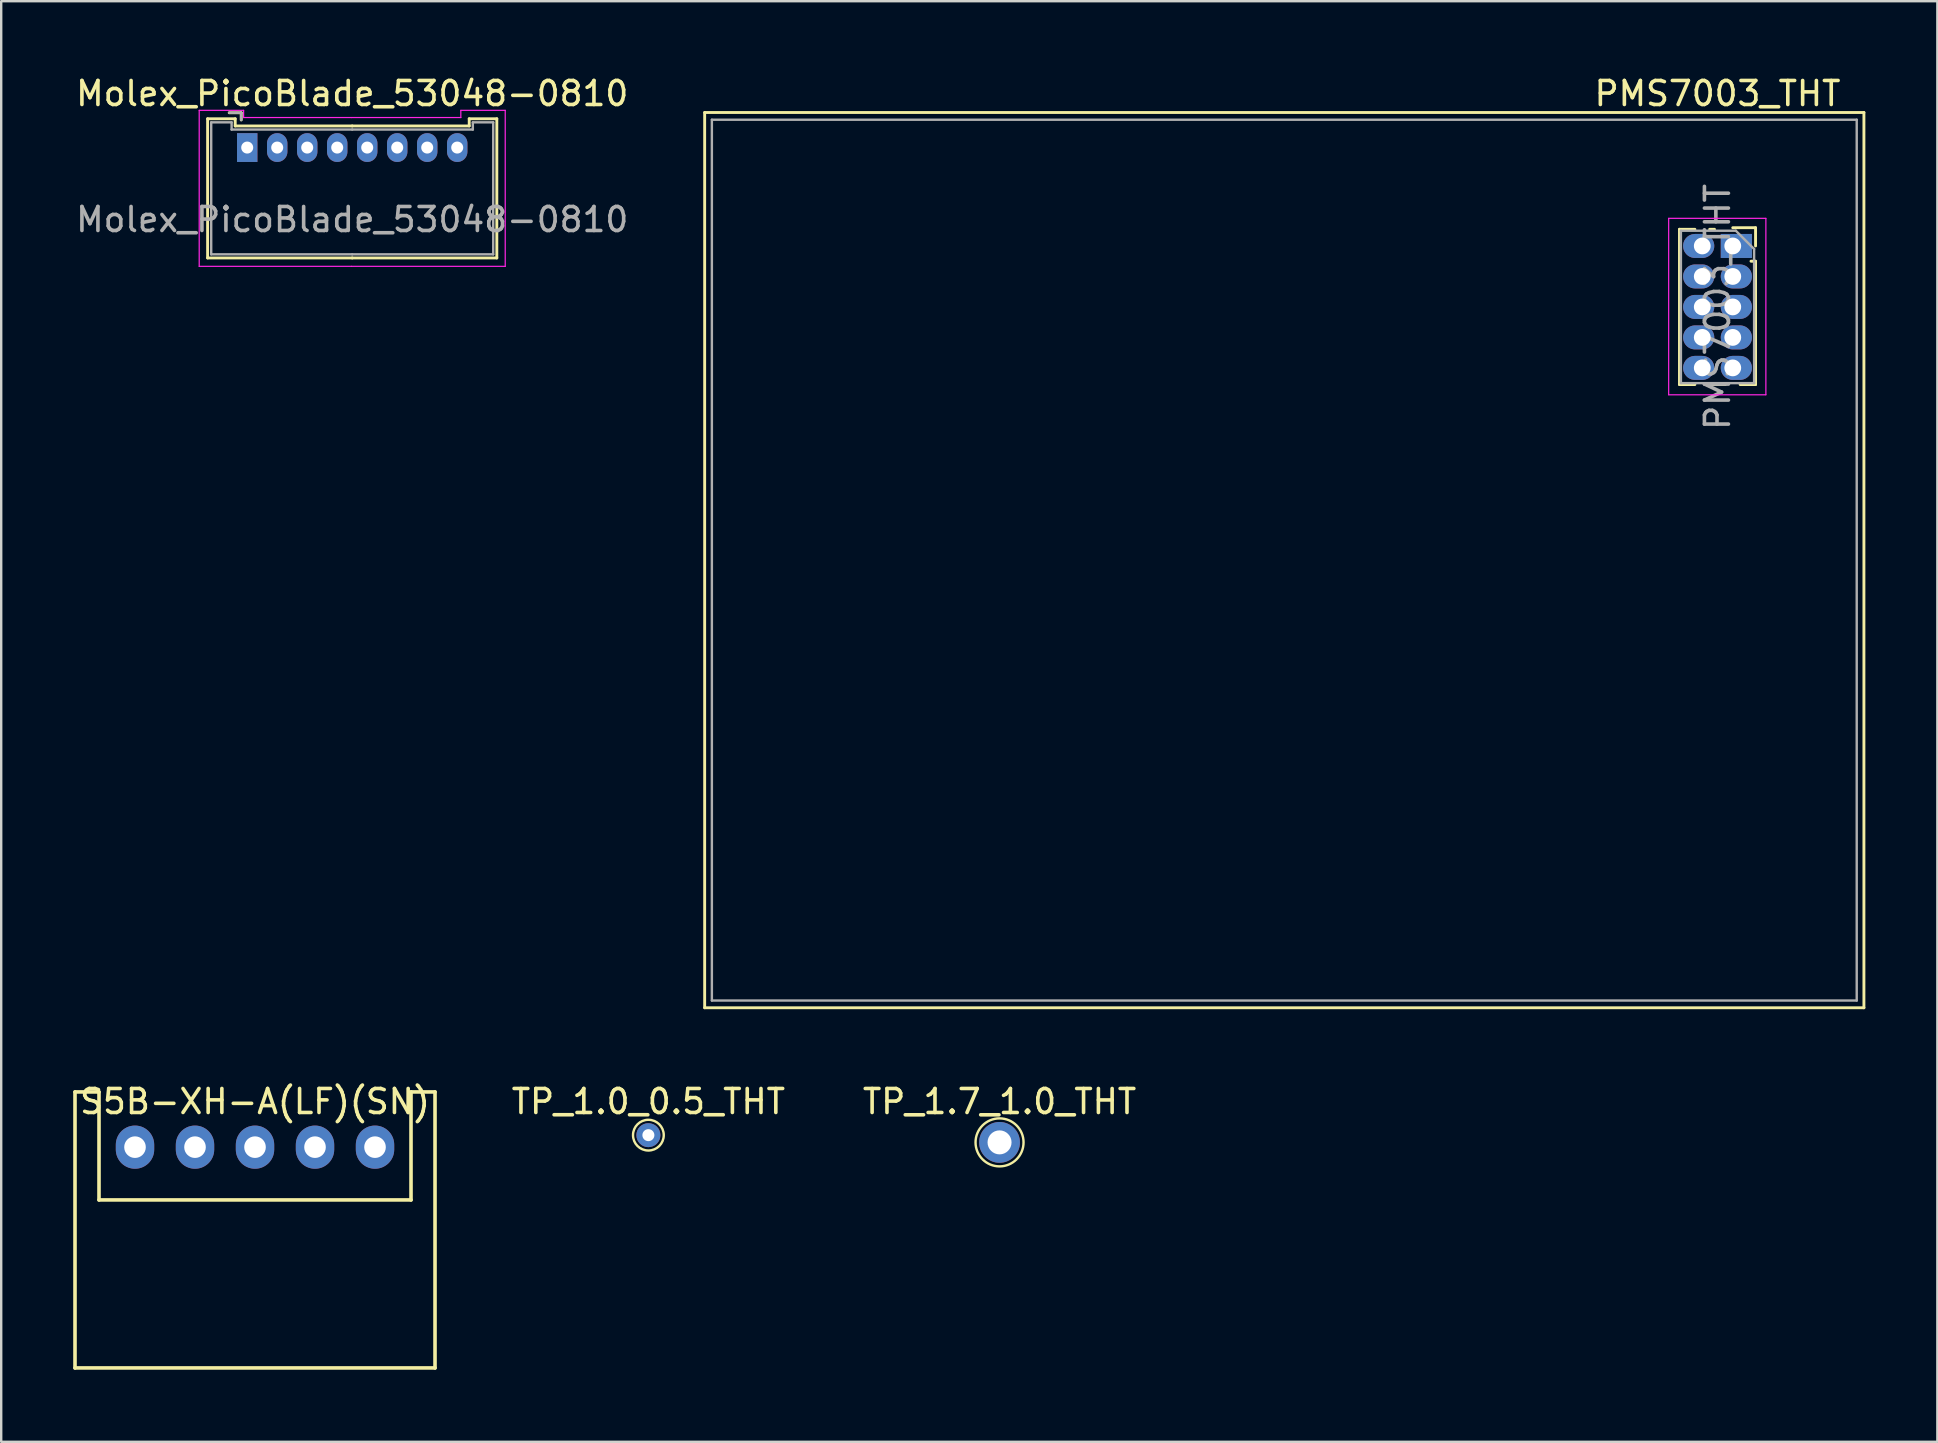
<source format=kicad_pcb>
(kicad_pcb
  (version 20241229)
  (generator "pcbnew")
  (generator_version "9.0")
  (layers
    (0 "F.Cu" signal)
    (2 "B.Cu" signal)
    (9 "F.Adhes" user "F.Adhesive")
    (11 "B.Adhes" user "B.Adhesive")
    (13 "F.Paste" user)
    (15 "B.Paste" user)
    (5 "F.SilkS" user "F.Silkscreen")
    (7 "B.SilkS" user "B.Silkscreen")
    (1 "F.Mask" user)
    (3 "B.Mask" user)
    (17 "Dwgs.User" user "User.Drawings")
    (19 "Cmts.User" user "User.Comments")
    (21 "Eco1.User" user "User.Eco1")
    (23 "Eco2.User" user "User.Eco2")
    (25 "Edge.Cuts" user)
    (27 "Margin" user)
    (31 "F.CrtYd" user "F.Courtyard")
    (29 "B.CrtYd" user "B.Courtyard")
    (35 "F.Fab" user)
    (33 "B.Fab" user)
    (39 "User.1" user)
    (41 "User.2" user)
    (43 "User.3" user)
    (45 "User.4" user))
  (footprint "TP_1.0_0.5_THT"
    (layer "F.Cu")
    (at 23.965 44.246)
    (property "Reference" "TP_1.0_0.5_THT" (at 0 -1.4 0) (layer "F.SilkS") (effects (font (size 1 1) (thickness 0.15))))
    (attr through_hole)
    (fp_circle (center 0 0) (end 0.5 -0.4) (stroke (width 0.1) (type solid)) (fill no) (layer "F.SilkS"))
    (pad "1" thru_hole circle (at 0 0) (size 1 1) (drill 0.5) (layers "*.Cu" "*.Mask")))
  (footprint "S5B-XH-A(LF)(SN)"
    (layer "F.Cu")
    (at 7.575 44.746)
    (property "Reference" "S5B-XH-A(LF)(SN)" (at 0 -1.9 0) (layer "F.SilkS") (effects (font (size 1 1) (thickness 0.15))))
    (attr through_hole)
    (fp_line (start -7.5 -2.3) (end -7.5 9.2) (stroke (width 0.15) (type solid)) (layer "F.SilkS"))
    (fp_line (start -7.5 -2.3) (end -6.5 -2.3) (stroke (width 0.15) (type solid)) (layer "F.SilkS"))
    (fp_line (start -7.5 9.2) (end 7.5 9.2) (stroke (width 0.15) (type solid)) (layer "F.SilkS"))
    (fp_line (start -6.5 -2.3) (end -6.5 2.2) (stroke (width 0.15) (type solid)) (layer "F.SilkS"))
    (fp_line (start -6.5 2.2) (end 6.5 2.2) (stroke (width 0.15) (type solid)) (layer "F.SilkS"))
    (fp_line (start 6.5 -2.3) (end 7.5 -2.3) (stroke (width 0.15) (type solid)) (layer "F.SilkS"))
    (fp_line (start 6.5 2.2) (end 6.5 -2.3) (stroke (width 0.15) (type solid)) (layer "F.SilkS"))
    (fp_line (start 7.5 9.2) (end 7.5 -2.3) (stroke (width 0.15) (type solid)) (layer "F.SilkS"))
    (pad "1" thru_hole oval (at -5 0) (size 1.6 1.8) (drill 0.9) (layers "*.Cu" "*.Mask"))
    (pad "2" thru_hole oval (at -2.5 0) (size 1.6 1.8) (drill 0.9) (layers "*.Cu" "*.Mask"))
    (pad "3" thru_hole oval (at 0 0) (size 1.6 1.8) (drill 0.9) (layers "*.Cu" "*.Mask"))
    (pad "4" thru_hole oval (at 2.5 0) (size 1.6 1.8) (drill 0.9) (layers "*.Cu" "*.Mask"))
    (pad "5" thru_hole oval (at 5 0) (size 1.6 1.8) (drill 0.9) (layers "*.Cu" "*.Mask")))
  (footprint "TP_1.7_1.0_THT"
    (layer "F.Cu")
    (at 38.596 44.547)
    (property "Reference" "TP_1.7_1.0_THT" (at 0 -1.7 0) (layer "F.SilkS") (effects (font (size 1 1) (thickness 0.15))))
    (attr through_hole)
    (fp_circle (center 0 0) (end 1 0) (stroke (width 0.1) (type solid)) (fill no) (layer "F.SilkS"))
    (pad "1" thru_hole circle (at 0 0) (size 1.7 1.7) (drill 1) (layers "*.Cu" "*.Mask")))
  (footprint "PMS7003_THT"
    (layer "F.Cu")
    (at 68.51 9.738)
    (property "Reference" "PMS7003_THT" (at 0 -8.89 0) (layer "F.SilkS") (effects (font (size 1 1) (thickness 0.15))))
    (attr through_hole)
    (fp_line (start -42.2 -8.1) (end -42.2 29.2) (stroke (width 0.12) (type solid)) (layer "F.SilkS"))
    (fp_line (start -42.2 29.2) (end 6.1 29.2) (stroke (width 0.12) (type solid)) (layer "F.SilkS"))
    (fp_line (start -1.585 -3.235) (end -1.585 3.235) (stroke (width 0.12) (type solid)) (layer "F.SilkS"))
    (fp_line (start -1.585 -3.235) (end -0.943 -3.235) (stroke (width 0.12) (type solid)) (layer "F.SilkS"))
    (fp_line (start -1.585 3.235) (end -0.943 3.235) (stroke (width 0.12) (type solid)) (layer "F.SilkS"))
    (fp_line (start -0.327 -3.235) (end -0.125 -3.235) (stroke (width 0.12) (type solid)) (layer "F.SilkS"))
    (fp_line (start -0.327 3.235) (end 0.327 3.235) (stroke (width 0.12) (type solid)) (layer "F.SilkS"))
    (fp_line (start 0.635 -3.3) (end 1.585 -3.3) (stroke (width 0.12) (type solid)) (layer "F.SilkS"))
    (fp_line (start 0.943 3.235) (end 1.585 3.235) (stroke (width 0.12) (type solid)) (layer "F.SilkS"))
    (fp_line (start 1.395 -1.905) (end 1.585 -1.905) (stroke (width 0.12) (type solid)) (layer "F.SilkS"))
    (fp_line (start 1.585 -3.3) (end 1.585 -2.54) (stroke (width 0.12) (type solid)) (layer "F.SilkS"))
    (fp_line (start 1.585 -1.905) (end 1.585 3.235) (stroke (width 0.12) (type solid)) (layer "F.SilkS"))
    (fp_line (start 6.1 -8.1) (end -42.2 -8.1) (stroke (width 0.12) (type solid)) (layer "F.SilkS"))
    (fp_line (start 6.1 29.2) (end 6.1 -8.1) (stroke (width 0.12) (type solid)) (layer "F.SilkS"))
    (fp_line (start -2.035 -3.69) (end 2.015 -3.69) (stroke (width 0.05) (type solid)) (layer "F.CrtYd"))
    (fp_line (start -2.035 3.66) (end -2.035 -3.69) (stroke (width 0.05) (type solid)) (layer "F.CrtYd"))
    (fp_line (start 2.015 -3.69) (end 2.015 3.66) (stroke (width 0.05) (type solid)) (layer "F.CrtYd"))
    (fp_line (start 2.015 3.66) (end -2.035 3.66) (stroke (width 0.05) (type solid)) (layer "F.CrtYd"))
    (fp_line (start -41.9 -7.8) (end -41.9 28.9) (stroke (width 0.1) (type solid)) (layer "F.Fab"))
    (fp_line (start -41.9 28.9) (end 5.8 28.9) (stroke (width 0.1) (type solid)) (layer "F.Fab"))
    (fp_line (start -1.525 -3.175) (end 0.762 -3.175) (stroke (width 0.1) (type solid)) (layer "F.Fab"))
    (fp_line (start -1.525 3.175) (end -1.525 -3.175) (stroke (width 0.1) (type solid)) (layer "F.Fab"))
    (fp_line (start 0.762 -3.175) (end 1.525 -2.413) (stroke (width 0.1) (type solid)) (layer "F.Fab"))
    (fp_line (start 1.525 -2.413) (end 1.525 3.175) (stroke (width 0.1) (type solid)) (layer "F.Fab"))
    (fp_line (start 1.525 3.175) (end -1.525 3.175) (stroke (width 0.1) (type solid)) (layer "F.Fab"))
    (fp_line (start 5.8 -7.8) (end -41.9 -7.8) (stroke (width 0.1) (type solid)) (layer "F.Fab"))
    (fp_line (start 5.8 28.9) (end 5.8 -7.8) (stroke (width 0.1) (type solid)) (layer "F.Fab"))
    (fp_text user "${REFERENCE}" (at 0 0 90) (layer "F.Fab") (effects (font (size 1 1) (thickness 0.15))))
    (pad "1" thru_hole rect (at 0.635 -2.54) (size 1.3 1) (drill 0.7 (offset 0.15 0)) (layers "*.Cu" "*.Mask"))
    (pad "2" thru_hole oval (at -0.635 -2.54) (size 1.3 1) (drill 0.7 (offset -0.15 0)) (layers "*.Cu" "*.Mask"))
    (pad "3" thru_hole oval (at 0.635 -1.27) (size 1.3 1) (drill 0.7 (offset 0.15 0)) (layers "*.Cu" "*.Mask"))
    (pad "4" thru_hole oval (at -0.635 -1.27) (size 1.3 1) (drill 0.7 (offset -0.15 0)) (layers "*.Cu" "*.Mask"))
    (pad "5" thru_hole oval (at 0.635 0) (size 1.3 1) (drill 0.7 (offset 0.15 0)) (layers "*.Cu" "*.Mask"))
    (pad "6" thru_hole oval (at -0.635 0) (size 1.3 1) (drill 0.7 (offset -0.15 0)) (layers "*.Cu" "*.Mask"))
    (pad "7" thru_hole oval (at 0.635 1.27) (size 1.3 1) (drill 0.7 (offset 0.15 0)) (layers "*.Cu" "*.Mask"))
    (pad "8" thru_hole oval (at -0.635 1.27) (size 1.3 1) (drill 0.7 (offset -0.15 0)) (layers "*.Cu" "*.Mask"))
    (pad "9" thru_hole oval (at 0.635 2.54) (size 1.3 1) (drill 0.7 (offset 0.15 0)) (layers "*.Cu" "*.Mask"))
    (pad "10" thru_hole oval (at -0.635 2.54) (size 1.3 1) (drill 0.7 (offset -0.15 0)) (layers "*.Cu" "*.Mask")))
  (footprint "Molex_PicoBlade_53048-0810"
    (layer "F.Cu")
    (at 7.25 3.098)
    (property "Reference" "Molex_PicoBlade_53048-0810" (at 4.375 -2.25 0) (layer "F.SilkS") (effects (font (size 1 1) (thickness 0.15))))
    (attr through_hole)
    (fp_line (start -1.65 -1.2) (end -1.65 4.6) (stroke (width 0.12) (type solid)) (layer "F.SilkS"))
    (fp_line (start -1.65 4.6) (end 4.375 4.6) (stroke (width 0.12) (type solid)) (layer "F.SilkS"))
    (fp_line (start -0.5 -1.2) (end -1.65 -1.2) (stroke (width 0.12) (type solid)) (layer "F.SilkS"))
    (fp_line (start -0.5 -0.9) (end -0.5 -1.2) (stroke (width 0.12) (type solid)) (layer "F.SilkS"))
    (fp_line (start -0.25 -1.45) (end -0.75 -1.45) (stroke (width 0.12) (type solid)) (layer "F.SilkS"))
    (fp_line (start -0.25 -1.15) (end -0.25 -1.45) (stroke (width 0.12) (type solid)) (layer "F.SilkS"))
    (fp_line (start 4.375 -0.9) (end -0.5 -0.9) (stroke (width 0.12) (type solid)) (layer "F.SilkS"))
    (fp_line (start 4.375 -0.9) (end 9.25 -0.9) (stroke (width 0.12) (type solid)) (layer "F.SilkS"))
    (fp_line (start 9.25 -1.2) (end 10.4 -1.2) (stroke (width 0.12) (type solid)) (layer "F.SilkS"))
    (fp_line (start 9.25 -0.9) (end 9.25 -1.2) (stroke (width 0.12) (type solid)) (layer "F.SilkS"))
    (fp_line (start 10.4 -1.2) (end 10.4 4.6) (stroke (width 0.12) (type solid)) (layer "F.SilkS"))
    (fp_line (start 10.4 4.6) (end 4.375 4.6) (stroke (width 0.12) (type solid)) (layer "F.SilkS"))
    (fp_line (start -2 -1.55) (end -2 4.95) (stroke (width 0.05) (type solid)) (layer "F.CrtYd"))
    (fp_line (start -2 4.95) (end 4.35 4.95) (stroke (width 0.05) (type solid)) (layer "F.CrtYd"))
    (fp_line (start -0.15 -1.55) (end -2 -1.55) (stroke (width 0.05) (type solid)) (layer "F.CrtYd"))
    (fp_line (start -0.15 -1.25) (end -0.15 -1.55) (stroke (width 0.05) (type solid)) (layer "F.CrtYd"))
    (fp_line (start 4.35 -1.25) (end -0.15 -1.25) (stroke (width 0.05) (type solid)) (layer "F.CrtYd"))
    (fp_line (start 4.35 -1.25) (end 8.9 -1.25) (stroke (width 0.05) (type solid)) (layer "F.CrtYd"))
    (fp_line (start 8.9 -1.55) (end 10.75 -1.55) (stroke (width 0.05) (type solid)) (layer "F.CrtYd"))
    (fp_line (start 8.9 -1.25) (end 8.9 -1.55) (stroke (width 0.05) (type solid)) (layer "F.CrtYd"))
    (fp_line (start 10.75 -1.55) (end 10.75 4.95) (stroke (width 0.05) (type solid)) (layer "F.CrtYd"))
    (fp_line (start 10.75 4.95) (end 4.35 4.95) (stroke (width 0.05) (type solid)) (layer "F.CrtYd"))
    (fp_line (start -1.5 -1.05) (end -1.5 4.45) (stroke (width 0.1) (type solid)) (layer "F.Fab"))
    (fp_line (start -1.5 4.45) (end 4.375 4.45) (stroke (width 0.1) (type solid)) (layer "F.Fab"))
    (fp_line (start -0.65 -1.05) (end -1.5 -1.05) (stroke (width 0.1) (type solid)) (layer "F.Fab"))
    (fp_line (start -0.65 -0.75) (end -0.65 -1.05) (stroke (width 0.1) (type solid)) (layer "F.Fab"))
    (fp_line (start -0.25 -1.45) (end -0.75 -1.45) (stroke (width 0.1) (type solid)) (layer "F.Fab"))
    (fp_line (start -0.25 -1.15) (end -0.25 -1.45) (stroke (width 0.1) (type solid)) (layer "F.Fab"))
    (fp_line (start 4.375 -0.75) (end -0.65 -0.75) (stroke (width 0.1) (type solid)) (layer "F.Fab"))
    (fp_line (start 4.375 -0.75) (end 9.4 -0.75) (stroke (width 0.1) (type solid)) (layer "F.Fab"))
    (fp_line (start 9.4 -1.05) (end 10.25 -1.05) (stroke (width 0.1) (type solid)) (layer "F.Fab"))
    (fp_line (start 9.4 -0.75) (end 9.4 -1.05) (stroke (width 0.1) (type solid)) (layer "F.Fab"))
    (fp_line (start 10.25 -1.05) (end 10.25 4.45) (stroke (width 0.1) (type solid)) (layer "F.Fab"))
    (fp_line (start 10.25 4.45) (end 4.375 4.45) (stroke (width 0.1) (type solid)) (layer "F.Fab"))
    (fp_text user "${REFERENCE}" (at 4.375 3 0) (layer "F.Fab") (effects (font (size 1 1) (thickness 0.15))))
    (pad "1" thru_hole rect (at 0 0) (size 0.85 1.2) (drill 0.5) (layers "*.Cu" "*.Mask"))
    (pad "2" thru_hole oval (at 1.25 0) (size 0.85 1.2) (drill 0.5) (layers "*.Cu" "*.Mask"))
    (pad "3" thru_hole oval (at 2.5 0) (size 0.85 1.2) (drill 0.5) (layers "*.Cu" "*.Mask"))
    (pad "4" thru_hole oval (at 3.75 0) (size 0.85 1.2) (drill 0.5) (layers "*.Cu" "*.Mask"))
    (pad "5" thru_hole oval (at 5 0) (size 0.85 1.2) (drill 0.5) (layers "*.Cu" "*.Mask"))
    (pad "6" thru_hole oval (at 6.25 0) (size 0.85 1.2) (drill 0.5) (layers "*.Cu" "*.Mask"))
    (pad "7" thru_hole oval (at 7.5 0) (size 0.85 1.2) (drill 0.5) (layers "*.Cu" "*.Mask"))
    (pad "8" thru_hole oval (at 8.75 0) (size 0.85 1.2) (drill 0.5) (layers "*.Cu" "*.Mask")))
  (gr_rect
    (start -3 -3)
    (end 77.67 57.022)
    (stroke (width 0.1) (type default))
    (fill no)
    (layer "Edge.Cuts")))
</source>
